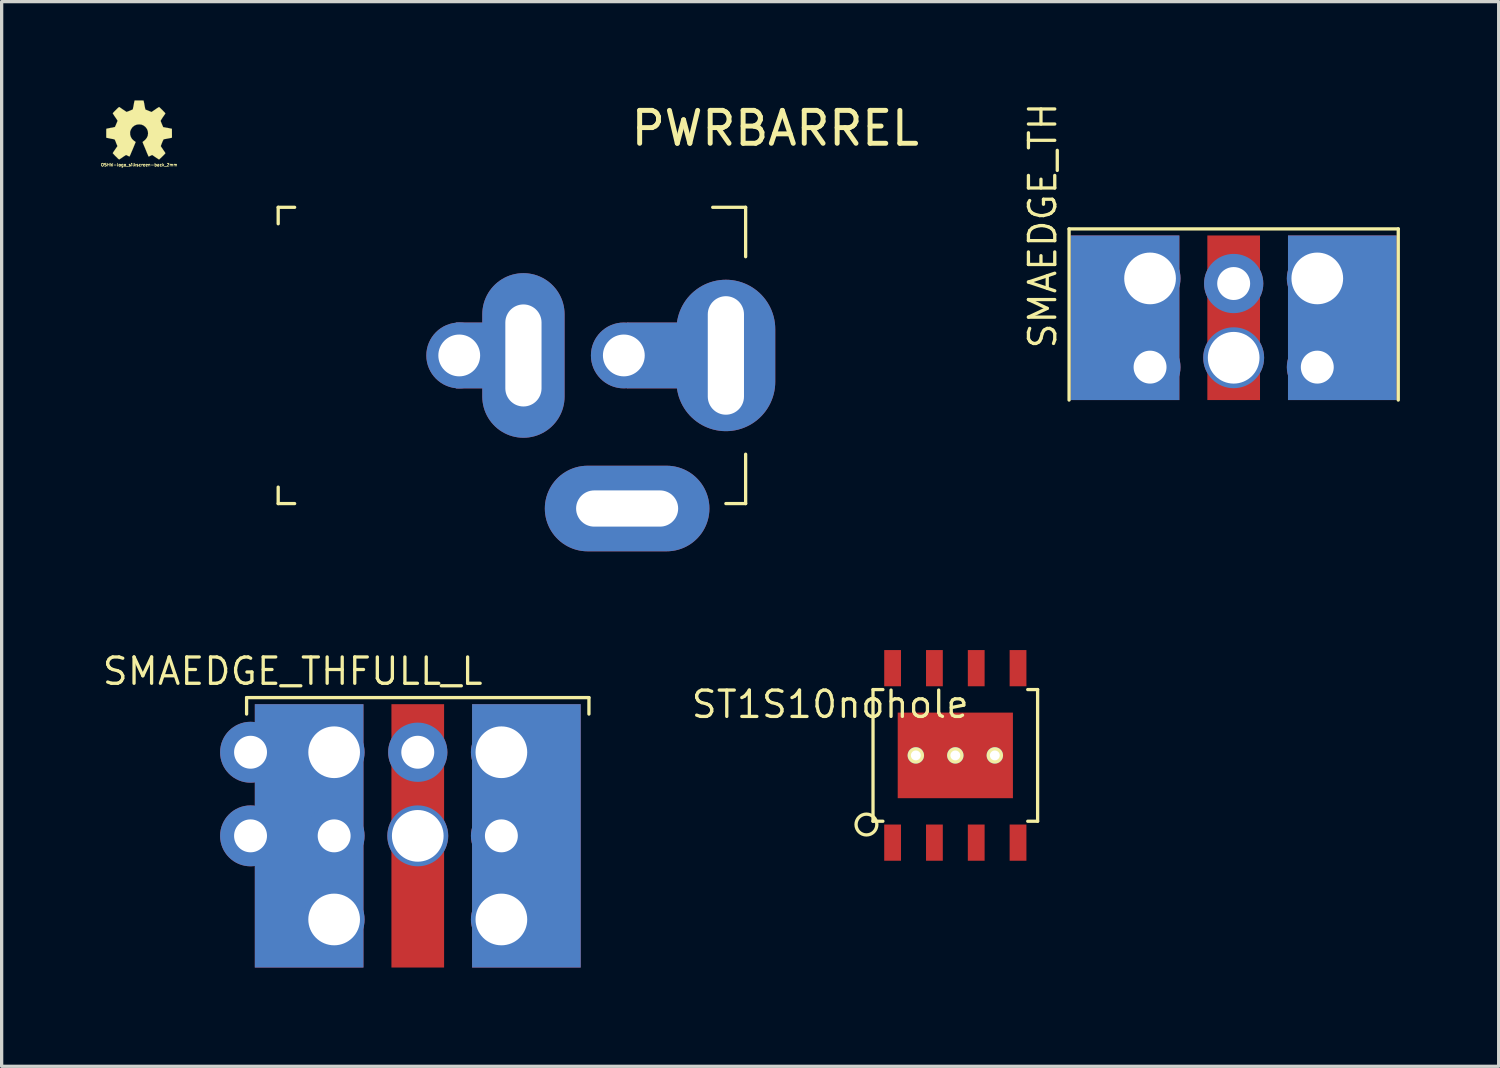
<source format=kicad_pcb>
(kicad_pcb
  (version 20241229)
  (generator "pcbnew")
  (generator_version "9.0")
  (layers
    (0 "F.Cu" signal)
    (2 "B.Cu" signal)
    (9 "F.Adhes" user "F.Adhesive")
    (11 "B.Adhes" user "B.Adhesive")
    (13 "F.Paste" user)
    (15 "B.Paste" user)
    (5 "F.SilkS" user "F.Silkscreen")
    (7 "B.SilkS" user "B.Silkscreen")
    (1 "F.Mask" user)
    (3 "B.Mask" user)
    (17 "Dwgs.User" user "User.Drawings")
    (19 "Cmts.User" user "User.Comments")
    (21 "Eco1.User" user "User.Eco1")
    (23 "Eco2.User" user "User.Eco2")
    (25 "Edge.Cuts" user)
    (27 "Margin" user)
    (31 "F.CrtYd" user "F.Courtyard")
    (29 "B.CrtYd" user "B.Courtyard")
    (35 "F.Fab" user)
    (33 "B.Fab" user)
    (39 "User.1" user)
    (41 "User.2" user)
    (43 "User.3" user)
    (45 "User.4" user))
  (footprint "PWRBARREL"
    (layer "F.Cu")
    (at 16.001 7.748)
    (property "Reference" "PWRBARREL" (at 4.5 -6.9 0) (layer "F.SilkS") (effects (font (size 1 1) (thickness 0.15))))
    (attr through_hole)
    (fp_line (start -10.6 -4.5) (end -10.1 -4.5) (stroke (width 0.1) (type solid)) (layer "F.SilkS"))
    (fp_line (start -10.6 -4) (end -10.6 -4.5) (stroke (width 0.1) (type solid)) (layer "F.SilkS"))
    (fp_line (start -10.6 4) (end -10.6 4.5) (stroke (width 0.1) (type solid)) (layer "F.SilkS"))
    (fp_line (start -10.6 4.5) (end -10.1 4.5) (stroke (width 0.1) (type solid)) (layer "F.SilkS"))
    (fp_line (start 3 4.5) (end 3.6 4.5) (stroke (width 0.1) (type solid)) (layer "F.SilkS"))
    (fp_line (start 3.6 -4.5) (end 2.6 -4.5) (stroke (width 0.1) (type solid)) (layer "F.SilkS"))
    (fp_line (start 3.6 -4.5) (end 3.6 -3) (stroke (width 0.1) (type solid)) (layer "F.SilkS"))
    (fp_line (start 3.6 4.5) (end 3.6 3) (stroke (width 0.1) (type solid)) (layer "F.SilkS"))
    (pad "1" thru_hole circle (at -0.1 0) (size 2 2) (drill 1.27) (layers "*.Cu" "*.Mask"))
    (pad "1" smd rect (at 1 0) (size 2 2) (layers "F.Cu" "F.Mask" "F.Paste"))
    (pad "1" smd rect (at 1 0) (size 2 2) (layers "B.Cu" "B.Mask" "B.Paste"))
    (pad "1" thru_hole oval (at 3 0) (size 3 4.6) (drill oval 1.1 3.6) (layers "*.Cu" "*.Mask"))
    (pad "2" thru_hole circle (at -5.1 0) (size 2 2) (drill 1.27) (layers "*.Cu" "*.Mask"))
    (pad "2" smd rect (at -4.5 0) (size 1.4 2) (layers "F.Cu" "F.Mask" "F.Paste"))
    (pad "2" smd rect (at -4.5 0) (size 1.4 2) (layers "B.Cu" "B.Mask" "B.Paste"))
    (pad "2" thru_hole oval (at -3.15 0) (size 2.5 5) (drill oval 1.1 3.1) (layers "*.Cu" "*.Mask"))
    (pad "2" thru_hole oval (at 0 4.65) (size 5 2.6) (drill oval 3.1 1.1) (layers "*.Cu" "*.Mask")))
  (footprint "SMAEDGE_THFULL_L"
    (layer "F.Cu")
    (at 9.641 22.342)
    (property "Reference" "SMAEDGE_THFULL_L" (at -3.8 -5 180) (layer "F.SilkS") (effects (font (size 0.8 0.8) (thickness 0.1))))
    (attr through_hole)
    (fp_line (start -5.2 -4.2) (end 5.2 -4.2) (stroke (width 0.1) (type solid)) (layer "F.SilkS"))
    (fp_line (start -5.2 -3.7) (end -5.2 -4.2) (stroke (width 0.1) (type solid)) (layer "F.SilkS"))
    (fp_line (start 5.2 -4.2) (end 5.2 -3.7) (stroke (width 0.1) (type solid)) (layer "F.SilkS"))
    (pad "1" thru_hole circle (at 0 -2.54) (size 1.8 1.8) (drill 1) (layers "*.Cu" "*.Mask"))
    (pad "1" smd rect (at 0 0) (size 1.6 8) (layers "F.Cu" "F.Mask" "F.Paste"))
    (pad "1" thru_hole circle (at 0 0) (size 1.85 1.85) (drill 1.57) (layers "*.Cu" "*.Mask"))
    (pad "2" thru_hole circle (at -5.08 -2.54) (size 1.85 1.85) (drill 1) (layers "*.Cu" "*.Mask"))
    (pad "2" thru_hole circle (at -5.08 0) (size 1.85 1.85) (drill 1) (layers "*.Cu" "*.Mask"))
    (pad "2" smd rect (at -3.3 0) (size 3.3 8) (layers "F.Cu" "F.Mask" "F.Paste"))
    (pad "2" smd rect (at -3.3 0) (size 3.3 8) (layers "B.Cu" "B.Mask" "B.Paste"))
    (pad "2" thru_hole circle (at -2.54 -2.54) (size 1.85 1.85) (drill 1.57) (layers "*.Cu" "*.Mask"))
    (pad "2" thru_hole circle (at -2.54 0) (size 1.85 1.85) (drill 1) (layers "*.Cu" "*.Mask"))
    (pad "2" thru_hole circle (at -2.54 2.54) (size 1.85 1.85) (drill 1.57) (layers "*.Cu" "*.Mask"))
    (pad "2" thru_hole circle (at 2.54 -2.54) (size 1.85 1.85) (drill 1.57) (layers "*.Cu" "*.Mask"))
    (pad "2" thru_hole circle (at 2.54 0) (size 1.85 1.85) (drill 1) (layers "*.Cu" "*.Mask"))
    (pad "2" thru_hole circle (at 2.54 2.54) (size 1.85 1.85) (drill 1.57) (layers "*.Cu" "*.Mask"))
    (pad "2" smd rect (at 3.3 0) (size 3.3 8) (layers "F.Cu" "F.Mask" "F.Paste"))
    (pad "2" smd rect (at 3.3 0) (size 3.3 8) (layers "*.Paste" "B.Cu" "B.Mask")))
  (footprint "ST1S10nohole"
    (layer "F.Cu")
    (at 25.971 19.898)
    (property "Reference" "ST1S10nohole" (at -3.8 -1.55 0) (layer "F.SilkS") (effects (font (size 0.8 0.8) (thickness 0.1))))
    (attr through_hole)
    (fp_line (start -2.5 -2) (end -2.5 2) (stroke (width 0.1) (type solid)) (layer "F.SilkS"))
    (fp_line (start -2.5 2) (end -2.2 2) (stroke (width 0.1) (type solid)) (layer "F.SilkS"))
    (fp_line (start -2.2 -2) (end -2.5 -2) (stroke (width 0.1) (type solid)) (layer "F.SilkS"))
    (fp_line (start 2.2 2) (end 2.5 2) (stroke (width 0.1) (type solid)) (layer "F.SilkS"))
    (fp_line (start 2.5 -2) (end 2.2 -2) (stroke (width 0.1) (type solid)) (layer "F.SilkS"))
    (fp_line (start 2.5 2) (end 2.5 -2) (stroke (width 0.1) (type solid)) (layer "F.SilkS"))
    (fp_circle (center -2.7 2.1) (end -2.8 1.8) (stroke (width 0.1) (type solid)) (fill no) (layer "F.SilkS"))
    (pad "1" smd rect (at -1.905 2.65) (size 0.51 1.1) (layers "F.Cu" "F.Mask" "F.Paste"))
    (pad "2" smd rect (at -0.635 2.65) (size 0.51 1.1) (layers "F.Cu" "F.Mask" "F.Paste"))
    (pad "3" smd rect (at 0.635 2.65) (size 0.51 1.1) (layers "F.Cu" "F.Mask" "F.Paste"))
    (pad "4" smd rect (at 1.905 2.65) (size 0.51 1.1) (layers "F.Cu" "F.Mask" "F.Paste"))
    (pad "5" smd rect (at 1.905 -2.65) (size 0.51 1.1) (layers "F.Cu" "F.Mask" "F.Paste"))
    (pad "6" smd rect (at 0.635 -2.65) (size 0.51 1.1) (layers "F.Cu" "F.Mask" "F.Paste"))
    (pad "7" smd rect (at -0.635 -2.65) (size 0.51 1.1) (layers "F.Cu" "F.Mask" "F.Paste"))
    (pad "8" smd rect (at -1.905 -2.65) (size 0.51 1.1) (layers "F.Cu" "F.Mask" "F.Paste"))
    (pad "9" thru_hole circle (at -1.2 0) (size 0.5 0.5) (drill 0.3) (layers "*.Cu" "*.Mask" "F.SilkS"))
    (pad "9" thru_hole circle (at 0 0) (size 0.5 0.5) (drill 0.3) (layers "*.Cu" "*.Mask" "F.SilkS"))
    (pad "9" smd rect (at 0 0) (size 3.5 2.6) (layers "F.Cu" "F.Mask" "F.Paste"))
    (pad "9" thru_hole circle (at 1.2 0) (size 0.5 0.5) (drill 0.3) (layers "*.Cu" "*.Mask" "F.SilkS")))
  (footprint "OSHW-logo_silkscreen-back_2mm"
    (layer "F.Cu")
    (at 1.176 0.898)
    (property "Reference" "OSHW-logo_silkscreen-back_2mm" (at 0 1.059 0) (layer "F.SilkS") (effects (font (size 0.089 0.089) (thickness 0.018))))
    (attr through_hole)
    (fp_poly (pts (xy 0.605 0.897) (xy 0.594 0.892) (xy 0.572 0.876) (xy 0.538 0.856) (xy 0.498 0.828) (xy 0.46 0.803) (xy 0.427 0.78) (xy 0.404 0.765) (xy 0.394 0.759) (xy 0.389 0.762) (xy 0.371 0.772) (xy 0.343 0.785) (xy 0.328 0.792) (xy 0.302 0.805) (xy 0.29 0.808) (xy 0.287 0.803) (xy 0.277 0.785) (xy 0.264 0.752) (xy 0.244 0.709) (xy 0.224 0.658) (xy 0.201 0.602) (xy 0.178 0.546) (xy 0.155 0.493) (xy 0.135 0.445) (xy 0.119 0.406) (xy 0.109 0.378) (xy 0.104 0.368) (xy 0.107 0.366) (xy 0.119 0.353) (xy 0.14 0.338) (xy 0.188 0.297) (xy 0.234 0.239) (xy 0.264 0.173) (xy 0.272 0.099) (xy 0.264 0.033) (xy 0.239 -0.03) (xy 0.193 -0.091) (xy 0.137 -0.135) (xy 0.071 -0.163) (xy 0 -0.17) (xy -0.069 -0.163) (xy -0.135 -0.137) (xy -0.196 -0.091) (xy -0.218 -0.064) (xy -0.254 -0.003) (xy -0.274 0.058) (xy -0.274 0.074) (xy -0.272 0.145) (xy -0.251 0.213) (xy -0.216 0.272) (xy -0.163 0.323) (xy -0.157 0.328) (xy -0.132 0.345) (xy -0.117 0.356) (xy -0.104 0.366) (xy -0.193 0.582) (xy -0.208 0.617) (xy -0.234 0.676) (xy -0.254 0.726) (xy -0.272 0.767) (xy -0.284 0.792) (xy -0.29 0.805) (xy -0.297 0.805) (xy -0.312 0.8) (xy -0.343 0.785) (xy -0.363 0.775) (xy -0.386 0.765) (xy -0.396 0.759) (xy -0.406 0.765) (xy -0.427 0.78) (xy -0.46 0.8) (xy -0.498 0.826) (xy -0.533 0.851) (xy -0.569 0.874) (xy -0.592 0.889) (xy -0.605 0.897) (xy -0.607 0.897) (xy -0.617 0.889) (xy -0.638 0.874) (xy -0.665 0.846) (xy -0.706 0.805) (xy -0.714 0.8) (xy -0.747 0.765) (xy -0.775 0.734) (xy -0.795 0.714) (xy -0.8 0.706) (xy -0.795 0.693) (xy -0.78 0.668) (xy -0.757 0.635) (xy -0.729 0.594) (xy -0.658 0.49) (xy -0.699 0.394) (xy -0.709 0.363) (xy -0.724 0.328) (xy -0.737 0.302) (xy -0.742 0.29) (xy -0.752 0.287) (xy -0.78 0.279) (xy -0.818 0.272) (xy -0.864 0.264) (xy -0.909 0.254) (xy -0.947 0.246) (xy -0.978 0.241) (xy -0.991 0.239) (xy -0.993 0.236) (xy -0.996 0.231) (xy -0.998 0.218) (xy -0.998 0.193) (xy -0.998 0.155) (xy -0.998 0.099) (xy -0.998 0.094) (xy -0.998 0.041) (xy -0.998 0) (xy -0.996 -0.025) (xy -0.993 -0.036) (xy -0.98 -0.041) (xy -0.953 -0.046) (xy -0.914 -0.053) (xy -0.866 -0.064) (xy -0.864 -0.064) (xy -0.815 -0.071) (xy -0.777 -0.081) (xy -0.749 -0.086) (xy -0.737 -0.091) (xy -0.734 -0.094) (xy -0.724 -0.112) (xy -0.711 -0.142) (xy -0.696 -0.178) (xy -0.681 -0.213) (xy -0.665 -0.249) (xy -0.658 -0.272) (xy -0.655 -0.284) (xy -0.663 -0.295) (xy -0.678 -0.32) (xy -0.701 -0.353) (xy -0.729 -0.394) (xy -0.732 -0.399) (xy -0.759 -0.437) (xy -0.78 -0.472) (xy -0.795 -0.495) (xy -0.8 -0.505) (xy -0.8 -0.508) (xy -0.792 -0.518) (xy -0.772 -0.541) (xy -0.742 -0.572) (xy -0.706 -0.607) (xy -0.696 -0.617) (xy -0.658 -0.655) (xy -0.63 -0.681) (xy -0.612 -0.693) (xy -0.605 -0.699) (xy -0.605 -0.696) (xy -0.592 -0.691) (xy -0.566 -0.673) (xy -0.533 -0.65) (xy -0.493 -0.622) (xy -0.49 -0.62) (xy -0.45 -0.594) (xy -0.417 -0.572) (xy -0.394 -0.556) (xy -0.384 -0.549) (xy -0.381 -0.549) (xy -0.366 -0.554) (xy -0.335 -0.564) (xy -0.302 -0.577) (xy -0.264 -0.592) (xy -0.231 -0.607) (xy -0.206 -0.617) (xy -0.193 -0.625) (xy -0.188 -0.64) (xy -0.183 -0.671) (xy -0.173 -0.711) (xy -0.165 -0.759) (xy -0.163 -0.767) (xy -0.155 -0.815) (xy -0.147 -0.853) (xy -0.14 -0.881) (xy -0.137 -0.894) (xy -0.132 -0.894) (xy -0.107 -0.897) (xy -0.071 -0.897) (xy -0.028 -0.897) (xy 0.015 -0.897) (xy 0.058 -0.897) (xy 0.097 -0.894) (xy 0.122 -0.894) (xy 0.135 -0.892) (xy 0.135 -0.889) (xy 0.14 -0.876) (xy 0.145 -0.846) (xy 0.155 -0.805) (xy 0.163 -0.754) (xy 0.165 -0.747) (xy 0.173 -0.699) (xy 0.183 -0.66) (xy 0.188 -0.632) (xy 0.191 -0.622) (xy 0.196 -0.62) (xy 0.213 -0.612) (xy 0.246 -0.599) (xy 0.287 -0.582) (xy 0.378 -0.546) (xy 0.49 -0.622) (xy 0.5 -0.63) (xy 0.541 -0.658) (xy 0.574 -0.678) (xy 0.597 -0.693) (xy 0.607 -0.699) (xy 0.617 -0.688) (xy 0.64 -0.668) (xy 0.671 -0.638) (xy 0.706 -0.605) (xy 0.732 -0.577) (xy 0.762 -0.546) (xy 0.782 -0.526) (xy 0.792 -0.511) (xy 0.798 -0.503) (xy 0.795 -0.498) (xy 0.79 -0.485) (xy 0.772 -0.462) (xy 0.749 -0.427) (xy 0.721 -0.389) (xy 0.699 -0.353) (xy 0.676 -0.318) (xy 0.66 -0.29) (xy 0.653 -0.277) (xy 0.655 -0.272) (xy 0.663 -0.249) (xy 0.676 -0.216) (xy 0.693 -0.175) (xy 0.732 -0.086) (xy 0.79 -0.076) (xy 0.826 -0.069) (xy 0.876 -0.061) (xy 0.922 -0.051) (xy 0.996 -0.036) (xy 0.998 0.231) (xy 0.988 0.236) (xy 0.975 0.241) (xy 0.95 0.246) (xy 0.909 0.254) (xy 0.864 0.262) (xy 0.826 0.269) (xy 0.785 0.277) (xy 0.757 0.282) (xy 0.744 0.284) (xy 0.742 0.29) (xy 0.732 0.31) (xy 0.716 0.34) (xy 0.701 0.376) (xy 0.686 0.414) (xy 0.673 0.45) (xy 0.663 0.475) (xy 0.658 0.49) (xy 0.663 0.5) (xy 0.678 0.523) (xy 0.701 0.556) (xy 0.726 0.594) (xy 0.754 0.635) (xy 0.777 0.668) (xy 0.792 0.693) (xy 0.8 0.704) (xy 0.795 0.711) (xy 0.78 0.729) (xy 0.752 0.759) (xy 0.706 0.805) (xy 0.699 0.81) (xy 0.665 0.846) (xy 0.635 0.871) (xy 0.615 0.892) (xy 0.605 0.897)) (stroke (width 0.003) (type solid)) (fill yes) (layer "F.SilkS")))
  (footprint "SMAEDGE_TH"
    (layer "F.Cu")
    (at 34.427 9.303)
    (property "Reference" "SMAEDGE_TH" (at -5.8 -5.5 90) (layer "F.SilkS") (effects (font (size 0.8 0.8) (thickness 0.1))))
    (attr through_hole)
    (fp_line (start -5 -5.4) (end 5 -5.4) (stroke (width 0.1) (type solid)) (layer "F.SilkS"))
    (fp_line (start -5 -0.2) (end -5 -5.4) (stroke (width 0.1) (type solid)) (layer "F.SilkS"))
    (fp_line (start 5 -5.4) (end 5 -0.2) (stroke (width 0.1) (type solid)) (layer "F.SilkS"))
    (pad "1" thru_hole circle (at 0 -3.74) (size 1.8 1.8) (drill 1) (layers "*.Cu" "*.Mask"))
    (pad "1" smd rect (at 0 -2.7) (size 1.6 5) (layers "F.Cu" "F.Mask" "F.Paste"))
    (pad "1" thru_hole circle (at 0 -1.485) (size 1.85 1.85) (drill 1.57) (layers "*.Cu" "*.Mask"))
    (pad "2" smd rect (at -3.3 -2.7) (size 3.3 5) (layers "F.Cu" "F.Mask" "F.Paste"))
    (pad "2" smd rect (at -3.3 -2.7) (size 3.3 5) (layers "B.Cu" "B.Mask" "B.Paste"))
    (pad "2" thru_hole circle (at -2.54 -3.895) (size 1.85 1.85) (drill 1.57) (layers "*.Cu" "*.Mask"))
    (pad "2" thru_hole circle (at -2.54 -1.2) (size 1.85 1.85) (drill 1) (layers "*.Cu" "*.Mask"))
    (pad "2" thru_hole circle (at 2.54 -3.895) (size 1.85 1.85) (drill 1.57) (layers "*.Cu" "*.Mask"))
    (pad "2" thru_hole circle (at 2.54 -1.2) (size 1.85 1.85) (drill 1) (layers "*.Cu" "*.Mask"))
    (pad "2" smd rect (at 3.3 -2.7) (size 3.3 5) (layers "F.Cu" "F.Mask" "F.Paste"))
    (pad "2" smd rect (at 3.3 -2.7) (size 3.3 5) (layers "*.Paste" "B.Cu" "B.Mask")))
  (gr_rect
    (start -3 -3)
    (end 42.477 29.342)
    (stroke (width 0.1) (type default))
    (fill no)
    (layer "Edge.Cuts")))
</source>
